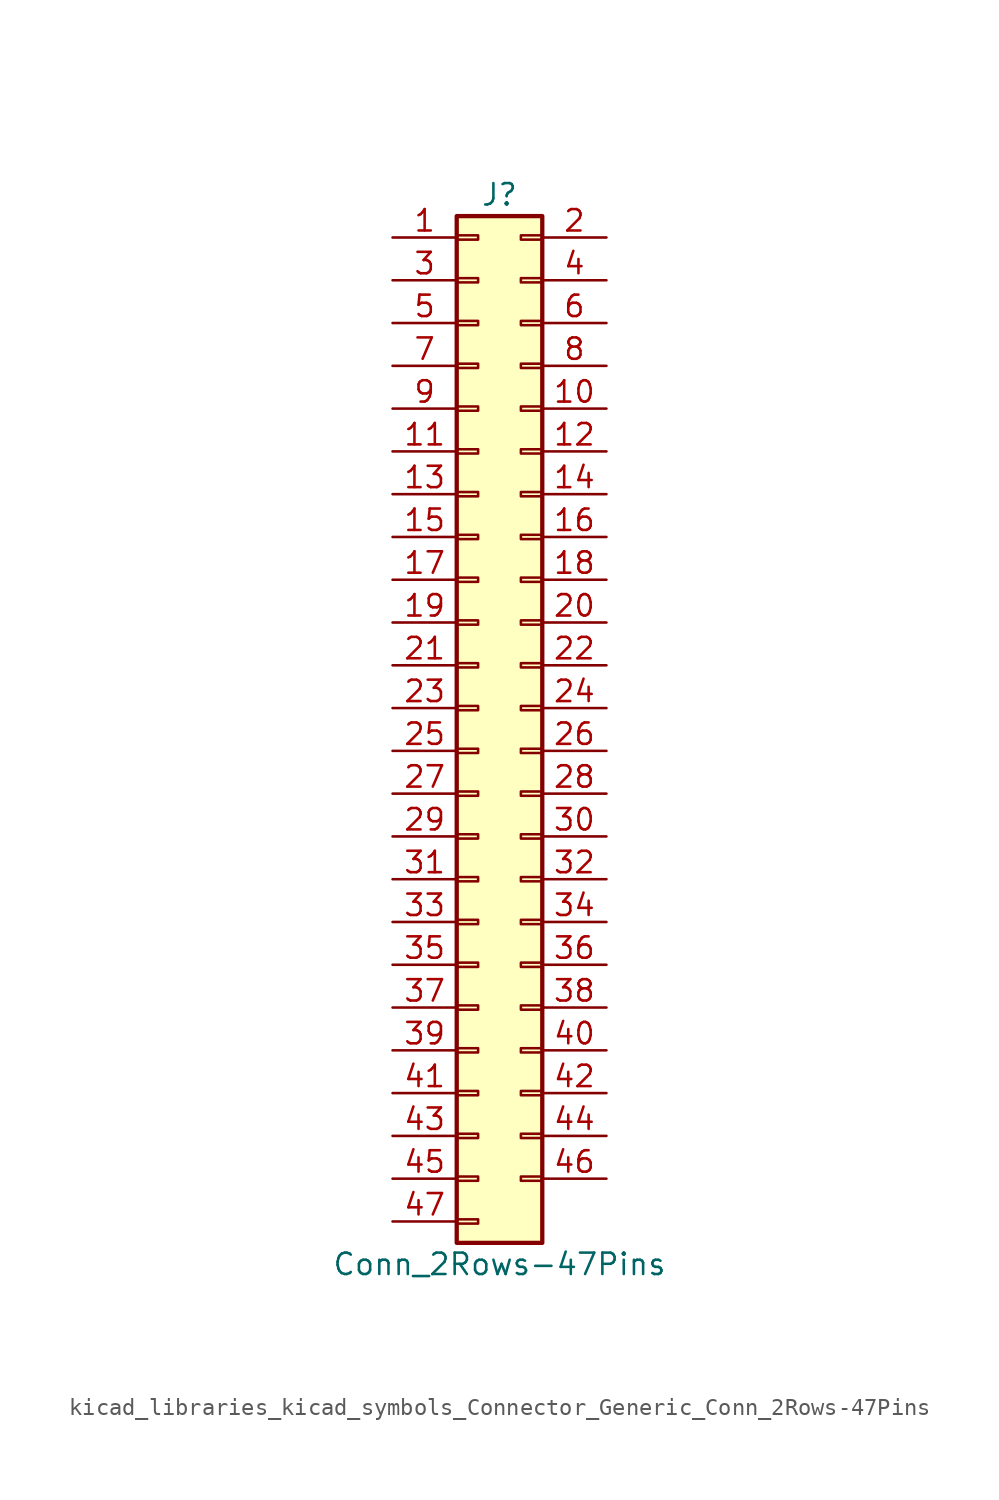
<source format=kicad_sym>
(kicad_symbol_lib
  (version 20220914)
  (generator kicad_symbol_editor)
  (symbol "kicad_libraries_kicad_symbols_Connector_Generic_Conn_2Rows-47Pins"
    (pin_names
      (offset 1.016) hide)
    (property "Reference" "J"
      (at 1.27 30.48 0)
      (effects (font (size 1.27 1.27))))
    (property "Value" "Conn_2Rows-47Pins"
      (at 1.27 -33.02 0)
      (effects (font (size 1.27 1.27))))
    (symbol "kicad_libraries_kicad_symbols_Connector_Generic_Conn_2Rows-47Pins_1_1"
      (rectangle (start -1.27 -30.353) (end 0 -30.607) (stroke (width 0.152) (type default)) (fill (type none)))
      (rectangle (start -1.27 -27.813) (end 0 -28.067) (stroke (width 0.152) (type default)) (fill (type none)))
      (rectangle (start -1.27 -25.273) (end 0 -25.527) (stroke (width 0.152) (type default)) (fill (type none)))
      (rectangle (start -1.27 -22.733) (end 0 -22.987) (stroke (width 0.152) (type default)) (fill (type none)))
      (rectangle (start -1.27 -20.193) (end 0 -20.447) (stroke (width 0.152) (type default)) (fill (type none)))
      (rectangle (start -1.27 -17.653) (end 0 -17.907) (stroke (width 0.152) (type default)) (fill (type none)))
      (rectangle (start -1.27 -15.113) (end 0 -15.367) (stroke (width 0.152) (type default)) (fill (type none)))
      (rectangle (start -1.27 -12.573) (end 0 -12.827) (stroke (width 0.152) (type default)) (fill (type none)))
      (rectangle (start -1.27 -10.033) (end 0 -10.287) (stroke (width 0.152) (type default)) (fill (type none)))
      (rectangle (start -1.27 -7.493) (end 0 -7.747) (stroke (width 0.152) (type default)) (fill (type none)))
      (rectangle (start -1.27 -4.953) (end 0 -5.207) (stroke (width 0.152) (type default)) (fill (type none)))
      (rectangle (start -1.27 -2.413) (end 0 -2.667) (stroke (width 0.152) (type default)) (fill (type none)))
      (rectangle (start -1.27 0.127) (end 0 -0.127) (stroke (width 0.152) (type default)) (fill (type none)))
      (rectangle (start -1.27 2.667) (end 0 2.413) (stroke (width 0.152) (type default)) (fill (type none)))
      (rectangle (start -1.27 5.207) (end 0 4.953) (stroke (width 0.152) (type default)) (fill (type none)))
      (rectangle (start -1.27 7.747) (end 0 7.493) (stroke (width 0.152) (type default)) (fill (type none)))
      (rectangle (start -1.27 10.287) (end 0 10.033) (stroke (width 0.152) (type default)) (fill (type none)))
      (rectangle (start -1.27 12.827) (end 0 12.573) (stroke (width 0.152) (type default)) (fill (type none)))
      (rectangle (start -1.27 15.367) (end 0 15.113) (stroke (width 0.152) (type default)) (fill (type none)))
      (rectangle (start -1.27 17.907) (end 0 17.653) (stroke (width 0.152) (type default)) (fill (type none)))
      (rectangle (start -1.27 20.447) (end 0 20.193) (stroke (width 0.152) (type default)) (fill (type none)))
      (rectangle (start -1.27 22.987) (end 0 22.733) (stroke (width 0.152) (type default)) (fill (type none)))
      (rectangle (start -1.27 25.527) (end 0 25.273) (stroke (width 0.152) (type default)) (fill (type none)))
      (rectangle (start -1.27 28.067) (end 0 27.813) (stroke (width 0.152) (type default)) (fill (type none)))
      (rectangle (start -1.27 29.21) (end 3.81 -31.75) (stroke (width 0.254) (type default)) (fill (type background)))
      (rectangle (start 3.81 -27.813) (end 2.54 -28.067) (stroke (width 0.152) (type default)) (fill (type none)))
      (rectangle (start 3.81 -25.273) (end 2.54 -25.527) (stroke (width 0.152) (type default)) (fill (type none)))
      (rectangle (start 3.81 -22.733) (end 2.54 -22.987) (stroke (width 0.152) (type default)) (fill (type none)))
      (rectangle (start 3.81 -20.193) (end 2.54 -20.447) (stroke (width 0.152) (type default)) (fill (type none)))
      (rectangle (start 3.81 -17.653) (end 2.54 -17.907) (stroke (width 0.152) (type default)) (fill (type none)))
      (rectangle (start 3.81 -15.113) (end 2.54 -15.367) (stroke (width 0.152) (type default)) (fill (type none)))
      (rectangle (start 3.81 -12.573) (end 2.54 -12.827) (stroke (width 0.152) (type default)) (fill (type none)))
      (rectangle (start 3.81 -10.033) (end 2.54 -10.287) (stroke (width 0.152) (type default)) (fill (type none)))
      (rectangle (start 3.81 -7.493) (end 2.54 -7.747) (stroke (width 0.152) (type default)) (fill (type none)))
      (rectangle (start 3.81 -4.953) (end 2.54 -5.207) (stroke (width 0.152) (type default)) (fill (type none)))
      (rectangle (start 3.81 -2.413) (end 2.54 -2.667) (stroke (width 0.152) (type default)) (fill (type none)))
      (rectangle (start 3.81 0.127) (end 2.54 -0.127) (stroke (width 0.152) (type default)) (fill (type none)))
      (rectangle (start 3.81 2.667) (end 2.54 2.413) (stroke (width 0.152) (type default)) (fill (type none)))
      (rectangle (start 3.81 5.207) (end 2.54 4.953) (stroke (width 0.152) (type default)) (fill (type none)))
      (rectangle (start 3.81 7.747) (end 2.54 7.493) (stroke (width 0.152) (type default)) (fill (type none)))
      (rectangle (start 3.81 10.287) (end 2.54 10.033) (stroke (width 0.152) (type default)) (fill (type none)))
      (rectangle (start 3.81 12.827) (end 2.54 12.573) (stroke (width 0.152) (type default)) (fill (type none)))
      (rectangle (start 3.81 15.367) (end 2.54 15.113) (stroke (width 0.152) (type default)) (fill (type none)))
      (rectangle (start 3.81 17.907) (end 2.54 17.653) (stroke (width 0.152) (type default)) (fill (type none)))
      (rectangle (start 3.81 20.447) (end 2.54 20.193) (stroke (width 0.152) (type default)) (fill (type none)))
      (rectangle (start 3.81 22.987) (end 2.54 22.733) (stroke (width 0.152) (type default)) (fill (type none)))
      (rectangle (start 3.81 25.527) (end 2.54 25.273) (stroke (width 0.152) (type default)) (fill (type none)))
      (rectangle (start 3.81 28.067) (end 2.54 27.813) (stroke (width 0.152) (type default)) (fill (type none)))
      (pin passive line (at -5.08 27.94 0) (length 3.81) (name "Pin_1" (effects (font (size 1.27 1.27)))) (number "1" (effects (font (size 1.27 1.27)))))
      (pin passive line (at 7.62 17.78 180) (length 3.81) (name "Pin_10" (effects (font (size 1.27 1.27)))) (number "10" (effects (font (size 1.27 1.27)))))
      (pin passive line (at -5.08 15.24 0) (length 3.81) (name "Pin_11" (effects (font (size 1.27 1.27)))) (number "11" (effects (font (size 1.27 1.27)))))
      (pin passive line (at 7.62 15.24 180) (length 3.81) (name "Pin_12" (effects (font (size 1.27 1.27)))) (number "12" (effects (font (size 1.27 1.27)))))
      (pin passive line (at -5.08 12.7 0) (length 3.81) (name "Pin_13" (effects (font (size 1.27 1.27)))) (number "13" (effects (font (size 1.27 1.27)))))
      (pin passive line (at 7.62 12.7 180) (length 3.81) (name "Pin_14" (effects (font (size 1.27 1.27)))) (number "14" (effects (font (size 1.27 1.27)))))
      (pin passive line (at -5.08 10.16 0) (length 3.81) (name "Pin_15" (effects (font (size 1.27 1.27)))) (number "15" (effects (font (size 1.27 1.27)))))
      (pin passive line (at 7.62 10.16 180) (length 3.81) (name "Pin_16" (effects (font (size 1.27 1.27)))) (number "16" (effects (font (size 1.27 1.27)))))
      (pin passive line (at -5.08 7.62 0) (length 3.81) (name "Pin_17" (effects (font (size 1.27 1.27)))) (number "17" (effects (font (size 1.27 1.27)))))
      (pin passive line (at 7.62 7.62 180) (length 3.81) (name "Pin_18" (effects (font (size 1.27 1.27)))) (number "18" (effects (font (size 1.27 1.27)))))
      (pin passive line (at -5.08 5.08 0) (length 3.81) (name "Pin_19" (effects (font (size 1.27 1.27)))) (number "19" (effects (font (size 1.27 1.27)))))
      (pin passive line (at 7.62 27.94 180) (length 3.81) (name "Pin_2" (effects (font (size 1.27 1.27)))) (number "2" (effects (font (size 1.27 1.27)))))
      (pin passive line (at 7.62 5.08 180) (length 3.81) (name "Pin_20" (effects (font (size 1.27 1.27)))) (number "20" (effects (font (size 1.27 1.27)))))
      (pin passive line (at -5.08 2.54 0) (length 3.81) (name "Pin_21" (effects (font (size 1.27 1.27)))) (number "21" (effects (font (size 1.27 1.27)))))
      (pin passive line (at 7.62 2.54 180) (length 3.81) (name "Pin_22" (effects (font (size 1.27 1.27)))) (number "22" (effects (font (size 1.27 1.27)))))
      (pin passive line (at -5.08 0 0) (length 3.81) (name "Pin_23" (effects (font (size 1.27 1.27)))) (number "23" (effects (font (size 1.27 1.27)))))
      (pin passive line (at 7.62 0 180) (length 3.81) (name "Pin_24" (effects (font (size 1.27 1.27)))) (number "24" (effects (font (size 1.27 1.27)))))
      (pin passive line (at -5.08 -2.54 0) (length 3.81) (name "Pin_25" (effects (font (size 1.27 1.27)))) (number "25" (effects (font (size 1.27 1.27)))))
      (pin passive line (at 7.62 -2.54 180) (length 3.81) (name "Pin_26" (effects (font (size 1.27 1.27)))) (number "26" (effects (font (size 1.27 1.27)))))
      (pin passive line (at -5.08 -5.08 0) (length 3.81) (name "Pin_27" (effects (font (size 1.27 1.27)))) (number "27" (effects (font (size 1.27 1.27)))))
      (pin passive line (at 7.62 -5.08 180) (length 3.81) (name "Pin_28" (effects (font (size 1.27 1.27)))) (number "28" (effects (font (size 1.27 1.27)))))
      (pin passive line (at -5.08 -7.62 0) (length 3.81) (name "Pin_29" (effects (font (size 1.27 1.27)))) (number "29" (effects (font (size 1.27 1.27)))))
      (pin passive line (at -5.08 25.4 0) (length 3.81) (name "Pin_3" (effects (font (size 1.27 1.27)))) (number "3" (effects (font (size 1.27 1.27)))))
      (pin passive line (at 7.62 -7.62 180) (length 3.81) (name "Pin_30" (effects (font (size 1.27 1.27)))) (number "30" (effects (font (size 1.27 1.27)))))
      (pin passive line (at -5.08 -10.16 0) (length 3.81) (name "Pin_31" (effects (font (size 1.27 1.27)))) (number "31" (effects (font (size 1.27 1.27)))))
      (pin passive line (at 7.62 -10.16 180) (length 3.81) (name "Pin_32" (effects (font (size 1.27 1.27)))) (number "32" (effects (font (size 1.27 1.27)))))
      (pin passive line (at -5.08 -12.7 0) (length 3.81) (name "Pin_33" (effects (font (size 1.27 1.27)))) (number "33" (effects (font (size 1.27 1.27)))))
      (pin passive line (at 7.62 -12.7 180) (length 3.81) (name "Pin_34" (effects (font (size 1.27 1.27)))) (number "34" (effects (font (size 1.27 1.27)))))
      (pin passive line (at -5.08 -15.24 0) (length 3.81) (name "Pin_35" (effects (font (size 1.27 1.27)))) (number "35" (effects (font (size 1.27 1.27)))))
      (pin passive line (at 7.62 -15.24 180) (length 3.81) (name "Pin_36" (effects (font (size 1.27 1.27)))) (number "36" (effects (font (size 1.27 1.27)))))
      (pin passive line (at -5.08 -17.78 0) (length 3.81) (name "Pin_37" (effects (font (size 1.27 1.27)))) (number "37" (effects (font (size 1.27 1.27)))))
      (pin passive line (at 7.62 -17.78 180) (length 3.81) (name "Pin_38" (effects (font (size 1.27 1.27)))) (number "38" (effects (font (size 1.27 1.27)))))
      (pin passive line (at -5.08 -20.32 0) (length 3.81) (name "Pin_39" (effects (font (size 1.27 1.27)))) (number "39" (effects (font (size 1.27 1.27)))))
      (pin passive line (at 7.62 25.4 180) (length 3.81) (name "Pin_4" (effects (font (size 1.27 1.27)))) (number "4" (effects (font (size 1.27 1.27)))))
      (pin passive line (at 7.62 -20.32 180) (length 3.81) (name "Pin_40" (effects (font (size 1.27 1.27)))) (number "40" (effects (font (size 1.27 1.27)))))
      (pin passive line (at -5.08 -22.86 0) (length 3.81) (name "Pin_41" (effects (font (size 1.27 1.27)))) (number "41" (effects (font (size 1.27 1.27)))))
      (pin passive line (at 7.62 -22.86 180) (length 3.81) (name "Pin_42" (effects (font (size 1.27 1.27)))) (number "42" (effects (font (size 1.27 1.27)))))
      (pin passive line (at -5.08 -25.4 0) (length 3.81) (name "Pin_43" (effects (font (size 1.27 1.27)))) (number "43" (effects (font (size 1.27 1.27)))))
      (pin passive line (at 7.62 -25.4 180) (length 3.81) (name "Pin_44" (effects (font (size 1.27 1.27)))) (number "44" (effects (font (size 1.27 1.27)))))
      (pin passive line (at -5.08 -27.94 0) (length 3.81) (name "Pin_45" (effects (font (size 1.27 1.27)))) (number "45" (effects (font (size 1.27 1.27)))))
      (pin passive line (at 7.62 -27.94 180) (length 3.81) (name "Pin_46" (effects (font (size 1.27 1.27)))) (number "46" (effects (font (size 1.27 1.27)))))
      (pin passive line (at -5.08 -30.48 0) (length 3.81) (name "Pin_47" (effects (font (size 1.27 1.27)))) (number "47" (effects (font (size 1.27 1.27)))))
      (pin passive line (at -5.08 22.86 0) (length 3.81) (name "Pin_5" (effects (font (size 1.27 1.27)))) (number "5" (effects (font (size 1.27 1.27)))))
      (pin passive line (at 7.62 22.86 180) (length 3.81) (name "Pin_6" (effects (font (size 1.27 1.27)))) (number "6" (effects (font (size 1.27 1.27)))))
      (pin passive line (at -5.08 20.32 0) (length 3.81) (name "Pin_7" (effects (font (size 1.27 1.27)))) (number "7" (effects (font (size 1.27 1.27)))))
      (pin passive line (at 7.62 20.32 180) (length 3.81) (name "Pin_8" (effects (font (size 1.27 1.27)))) (number "8" (effects (font (size 1.27 1.27)))))
      (pin passive line (at -5.08 17.78 0) (length 3.81) (name "Pin_9" (effects (font (size 1.27 1.27)))) (number "9" (effects (font (size 1.27 1.27))))))))
</source>
